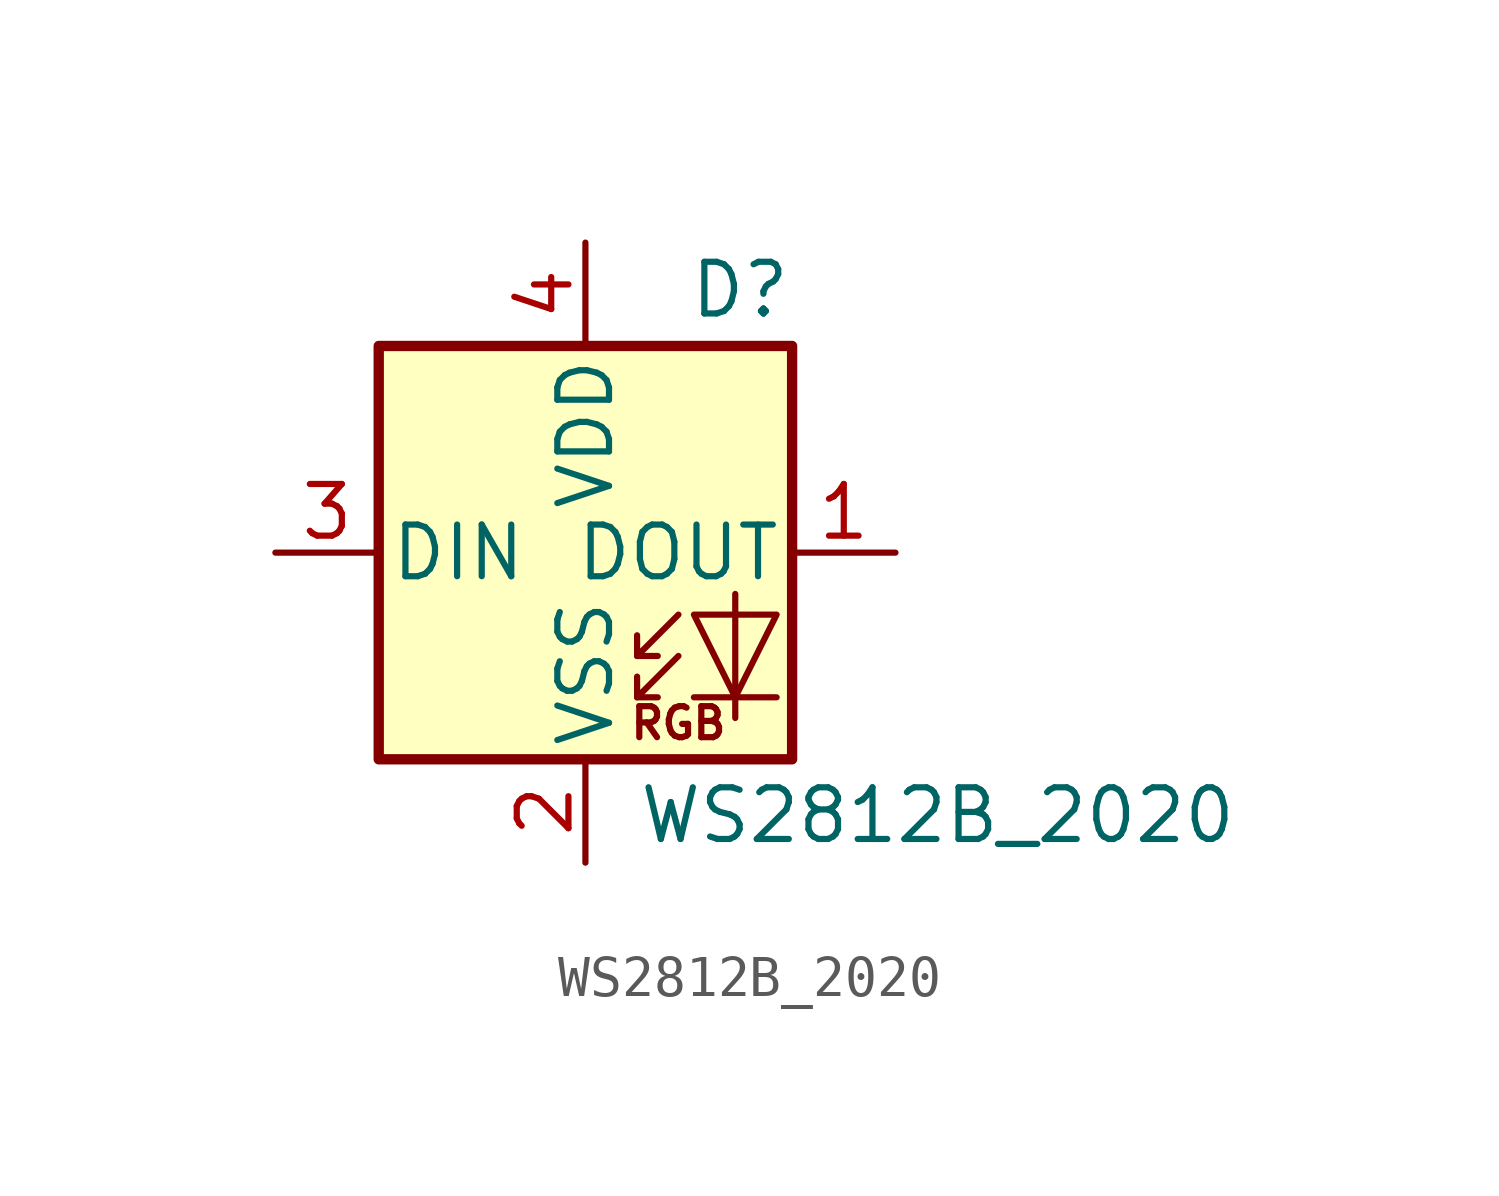
<source format=kicad_sym>
(kicad_symbol_lib
  (version 20220914)
  (generator kicad_symbol_editor)
  (symbol "WS2812B_2020"
    (pin_names
      (offset 0.254))
    (property "Reference" "D"
      (at 5.08 5.715 0)
      (effects (font (size 1.27 1.27)) (justify right bottom)))
    (property "Value" "WS2812B_2020"
      (at 1.27 -5.715 0)
      (effects (font (size 1.27 1.27)) (justify left top)))
    (symbol "WS2812B_2020_0_0"
      (text "RGB" (at 2.286 -4.191 0) (effects (font (size 0.762 0.762)))))
    (symbol "WS2812B_2020_0_1"
      (polyline (pts (xy 1.27 -3.556) (xy 1.778 -3.556)) (stroke (width 0) (type default)) (fill (type none)))
      (polyline (pts (xy 1.27 -2.54) (xy 1.778 -2.54)) (stroke (width 0) (type default)) (fill (type none)))
      (polyline (pts (xy 4.699 -3.556) (xy 2.667 -3.556)) (stroke (width 0) (type default)) (fill (type none)))
      (polyline (pts (xy 2.286 -2.54) (xy 1.27 -3.556) (xy 1.27 -3.048)) (stroke (width 0) (type default)) (fill (type none)))
      (polyline (pts (xy 2.286 -1.524) (xy 1.27 -2.54) (xy 1.27 -2.032)) (stroke (width 0) (type default)) (fill (type none)))
      (polyline (pts (xy 3.683 -1.016) (xy 3.683 -3.556) (xy 3.683 -4.064)) (stroke (width 0) (type default)) (fill (type none)))
      (polyline (pts (xy 4.699 -1.524) (xy 2.667 -1.524) (xy 3.683 -3.556) (xy 4.699 -1.524)) (stroke (width 0) (type default)) (fill (type none)))
      (rectangle (start 5.08 5.08) (end -5.08 -5.08) (stroke (width 0.254) (type default)) (fill (type background))))
    (symbol "WS2812B_2020_1_1"
      (pin output line (at 7.62 0 180) (length 2.54) (name "DOUT" (effects (font (size 1.27 1.27)))) (number "1" (effects (font (size 1.27 1.27)))))
      (pin power_in line (at 0 -7.62 90) (length 2.54) (name "VSS" (effects (font (size 1.27 1.27)))) (number "2" (effects (font (size 1.27 1.27)))))
      (pin input line (at -7.62 0 0) (length 2.54) (name "DIN" (effects (font (size 1.27 1.27)))) (number "3" (effects (font (size 1.27 1.27)))))
      (pin power_in line (at 0 7.62 270) (length 2.54) (name "VDD" (effects (font (size 1.27 1.27)))) (number "4" (effects (font (size 1.27 1.27))))))))
</source>
